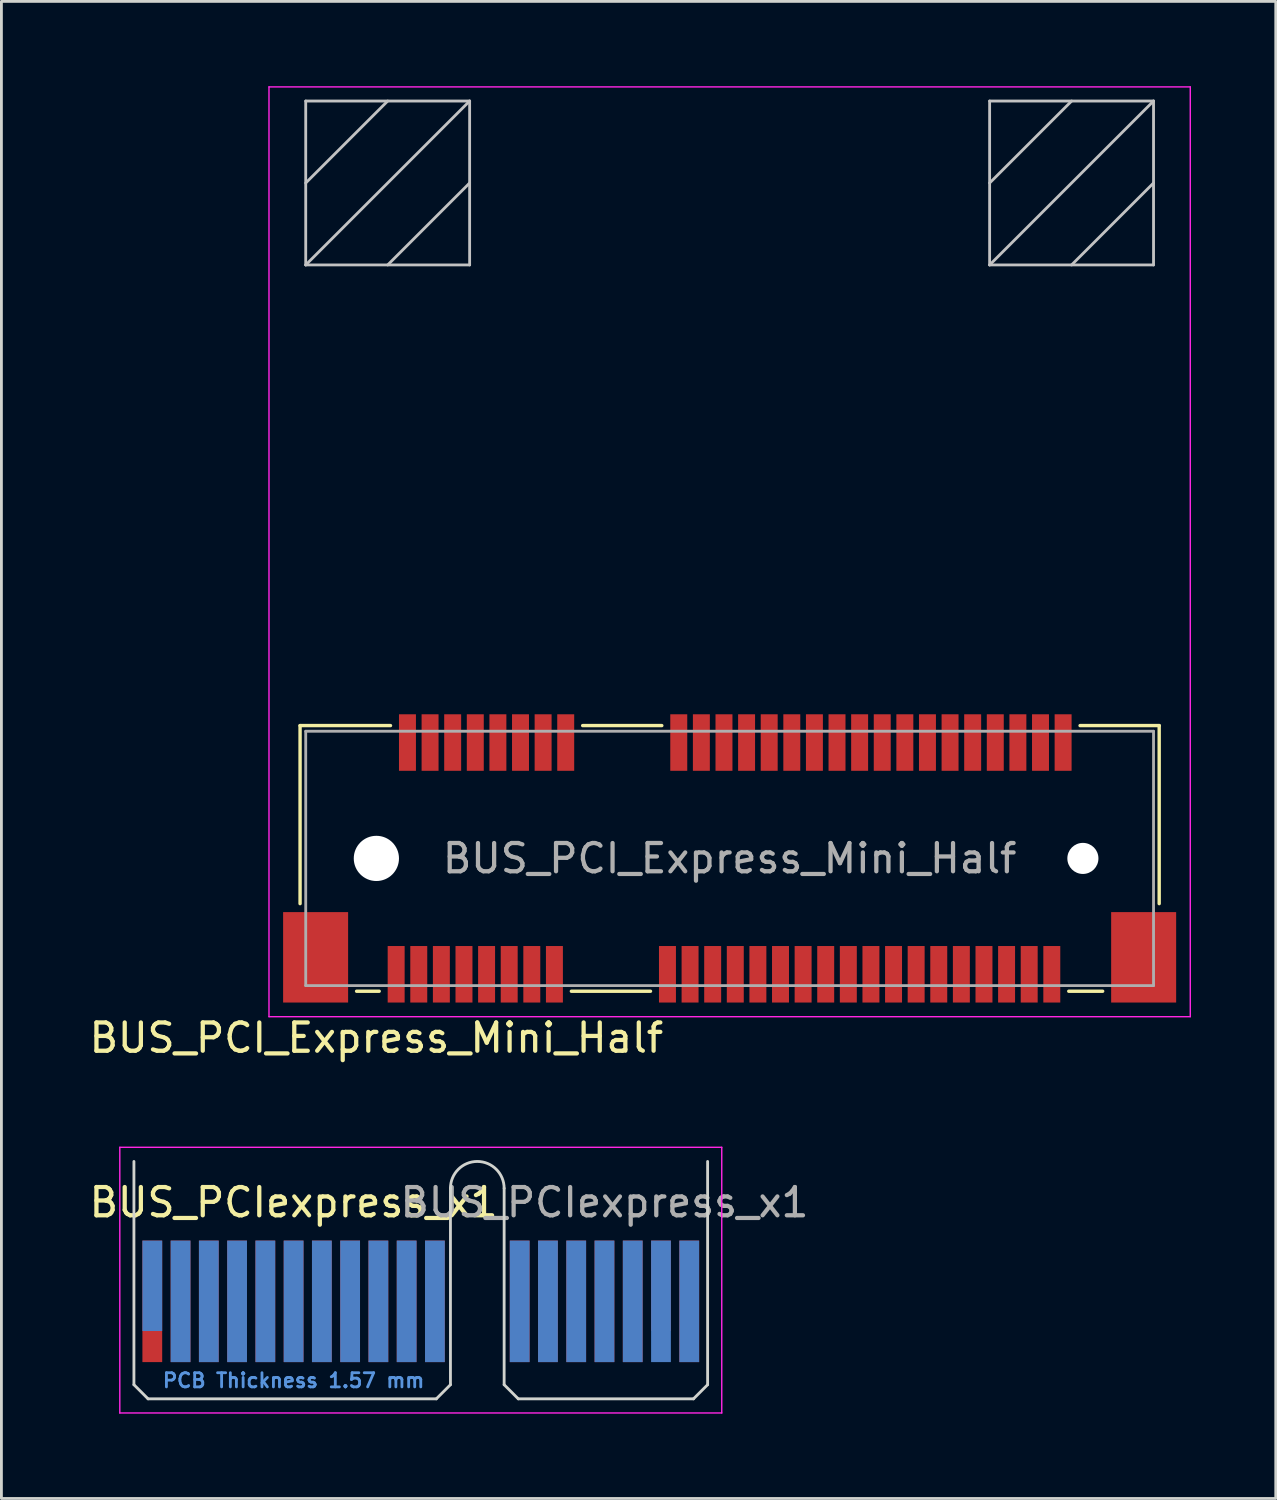
<source format=kicad_pcb>
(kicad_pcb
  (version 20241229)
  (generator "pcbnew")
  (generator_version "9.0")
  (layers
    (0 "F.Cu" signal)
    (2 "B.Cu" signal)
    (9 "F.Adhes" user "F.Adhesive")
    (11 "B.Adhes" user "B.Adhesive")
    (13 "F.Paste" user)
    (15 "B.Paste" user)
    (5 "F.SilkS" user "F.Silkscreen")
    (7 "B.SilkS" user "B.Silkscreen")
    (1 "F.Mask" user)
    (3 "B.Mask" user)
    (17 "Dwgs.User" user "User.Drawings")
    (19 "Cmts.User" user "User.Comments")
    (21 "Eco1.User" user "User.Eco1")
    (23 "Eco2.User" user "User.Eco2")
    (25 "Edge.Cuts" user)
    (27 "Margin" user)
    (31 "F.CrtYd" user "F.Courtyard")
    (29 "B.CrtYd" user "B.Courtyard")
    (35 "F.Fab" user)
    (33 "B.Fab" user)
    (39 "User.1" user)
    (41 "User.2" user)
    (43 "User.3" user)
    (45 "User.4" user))
  (footprint "BUS_PCI_Express_Mini_Half"
    (layer "F.Cu")
    (at 22.768 27.325)
    (property "Reference" "BUS_PCI_Express_Mini_Half" (at -12.5 6.35 180) (layer "F.SilkS") (effects (font (size 1 1) (thickness 0.15))))
    (attr smd)
    (fp_line (start -15.2 -4.7) (end -15.2 1.6) (stroke (width 0.12) (type solid)) (layer "F.SilkS"))
    (fp_line (start -13.2 4.7) (end -12.4 4.7) (stroke (width 0.12) (type solid)) (layer "F.SilkS"))
    (fp_line (start -12 -4.7) (end -15.2 -4.7) (stroke (width 0.12) (type solid)) (layer "F.SilkS"))
    (fp_line (start -5.6 4.7) (end -2.8 4.7) (stroke (width 0.12) (type solid)) (layer "F.SilkS"))
    (fp_line (start -2.4 -4.7) (end -5.2 -4.7) (stroke (width 0.12) (type solid)) (layer "F.SilkS"))
    (fp_line (start 12 4.7) (end 13.2 4.7) (stroke (width 0.12) (type solid)) (layer "F.SilkS"))
    (fp_line (start 15.2 -4.7) (end 12.4 -4.7) (stroke (width 0.12) (type solid)) (layer "F.SilkS"))
    (fp_line (start 15.2 1.6) (end 15.2 -4.7) (stroke (width 0.12) (type solid)) (layer "F.SilkS"))
    (fp_line (start -15 -26.8) (end -15 -21) (stroke (width 0.1) (type solid)) (layer "Dwgs.User"))
    (fp_line (start -15 -21) (end -9.2 -26.8) (stroke (width 0.1) (type solid)) (layer "Dwgs.User"))
    (fp_line (start -15 -21) (end -9.2 -21) (stroke (width 0.1) (type solid)) (layer "Dwgs.User"))
    (fp_line (start -12.1 -26.8) (end -15 -23.9) (stroke (width 0.1) (type solid)) (layer "Dwgs.User"))
    (fp_line (start -9.2 -26.8) (end -15 -26.8) (stroke (width 0.1) (type solid)) (layer "Dwgs.User"))
    (fp_line (start -9.2 -23.9) (end -12.1 -21) (stroke (width 0.1) (type solid)) (layer "Dwgs.User"))
    (fp_line (start -9.2 -21) (end -9.2 -26.8) (stroke (width 0.1) (type solid)) (layer "Dwgs.User"))
    (fp_line (start 9.2 -26.8) (end 15 -26.8) (stroke (width 0.1) (type solid)) (layer "Dwgs.User"))
    (fp_line (start 9.2 -21) (end 9.2 -26.8) (stroke (width 0.1) (type solid)) (layer "Dwgs.User"))
    (fp_line (start 12.1 -26.8) (end 9.2 -23.9) (stroke (width 0.1) (type solid)) (layer "Dwgs.User"))
    (fp_line (start 15 -26.8) (end 9.2 -21) (stroke (width 0.1) (type solid)) (layer "Dwgs.User"))
    (fp_line (start 15 -26.8) (end 15 -21) (stroke (width 0.1) (type solid)) (layer "Dwgs.User"))
    (fp_line (start 15 -23.9) (end 12.1 -21) (stroke (width 0.1) (type solid)) (layer "Dwgs.User"))
    (fp_line (start 15 -21) (end 9.2 -21) (stroke (width 0.1) (type solid)) (layer "Dwgs.User"))
    (fp_line (start -16.3 -27.3) (end 16.3 -27.3) (stroke (width 0.05) (type solid)) (layer "F.CrtYd"))
    (fp_line (start -16.3 5.6) (end -16.3 -27.3) (stroke (width 0.05) (type solid)) (layer "F.CrtYd"))
    (fp_line (start 16.3 -27.3) (end 16.3 5.6) (stroke (width 0.05) (type solid)) (layer "F.CrtYd"))
    (fp_line (start 16.3 5.6) (end -16.3 5.6) (stroke (width 0.05) (type solid)) (layer "F.CrtYd"))
    (fp_line (start -15 -4.5) (end -15 4.5) (stroke (width 0.1) (type solid)) (layer "F.Fab"))
    (fp_line (start -15 4.5) (end 15 4.5) (stroke (width 0.1) (type solid)) (layer "F.Fab"))
    (fp_line (start 15 -4.5) (end -15 -4.5) (stroke (width 0.1) (type solid)) (layer "F.Fab"))
    (fp_line (start 15 4.5) (end 15 -4.5) (stroke (width 0.1) (type solid)) (layer "F.Fab"))
    (fp_text user "${REFERENCE}" (at 0 0 0) (layer "F.Fab") (effects (font (size 1 1) (thickness 0.15))))
    (pad "" np_thru_hole circle (at -12.5 0) (size 1.6 1.6) (drill 1.6) (layers "*.Cu" "*.Mask"))
    (pad "" np_thru_hole circle (at 12.5 0) (size 1.1 1.1) (drill 1.1) (layers "*.Cu" "*.Mask"))
    (pad "1" smd rect (at -11.8 4.1) (size 0.6 2) (layers "F.Cu" "F.Mask" "F.Paste"))
    (pad "2" smd rect (at -11.4 -4.1) (size 0.6 2) (layers "F.Cu" "F.Mask" "F.Paste"))
    (pad "3" smd rect (at -11 4.1) (size 0.6 2) (layers "F.Cu" "F.Mask" "F.Paste"))
    (pad "4" smd rect (at -10.6 -4.1) (size 0.6 2) (layers "F.Cu" "F.Mask" "F.Paste"))
    (pad "5" smd rect (at -10.2 4.1) (size 0.6 2) (layers "F.Cu" "F.Mask" "F.Paste"))
    (pad "6" smd rect (at -9.8 -4.1) (size 0.6 2) (layers "F.Cu" "F.Mask" "F.Paste"))
    (pad "7" smd rect (at -9.4 4.1) (size 0.6 2) (layers "F.Cu" "F.Mask" "F.Paste"))
    (pad "8" smd rect (at -9 -4.1) (size 0.6 2) (layers "F.Cu" "F.Mask" "F.Paste"))
    (pad "9" smd rect (at -8.6 4.1) (size 0.6 2) (layers "F.Cu" "F.Mask" "F.Paste"))
    (pad "10" smd rect (at -8.2 -4.1) (size 0.6 2) (layers "F.Cu" "F.Mask" "F.Paste"))
    (pad "11" smd rect (at -7.8 4.1) (size 0.6 2) (layers "F.Cu" "F.Mask" "F.Paste"))
    (pad "12" smd rect (at -7.4 -4.1) (size 0.6 2) (layers "F.Cu" "F.Mask" "F.Paste"))
    (pad "13" smd rect (at -7 4.1) (size 0.6 2) (layers "F.Cu" "F.Mask" "F.Paste"))
    (pad "14" smd rect (at -6.6 -4.1) (size 0.6 2) (layers "F.Cu" "F.Mask" "F.Paste"))
    (pad "15" smd rect (at -6.2 4.1) (size 0.6 2) (layers "F.Cu" "F.Mask" "F.Paste"))
    (pad "16" smd rect (at -5.8 -4.1) (size 0.6 2) (layers "F.Cu" "F.Mask" "F.Paste"))
    (pad "17" smd rect (at -2.2 4.1) (size 0.6 2) (layers "F.Cu" "F.Mask" "F.Paste"))
    (pad "18" smd rect (at -1.8 -4.1) (size 0.6 2) (layers "F.Cu" "F.Mask" "F.Paste"))
    (pad "19" smd rect (at -1.4 4.1) (size 0.6 2) (layers "F.Cu" "F.Mask" "F.Paste"))
    (pad "20" smd rect (at -1 -4.1) (size 0.6 2) (layers "F.Cu" "F.Mask" "F.Paste"))
    (pad "21" smd rect (at -0.6 4.1) (size 0.6 2) (layers "F.Cu" "F.Mask" "F.Paste"))
    (pad "22" smd rect (at -0.2 -4.1) (size 0.6 2) (layers "F.Cu" "F.Mask" "F.Paste"))
    (pad "23" smd rect (at 0.2 4.1) (size 0.6 2) (layers "F.Cu" "F.Mask" "F.Paste"))
    (pad "24" smd rect (at 0.6 -4.1) (size 0.6 2) (layers "F.Cu" "F.Mask" "F.Paste"))
    (pad "25" smd rect (at 1 4.1) (size 0.6 2) (layers "F.Cu" "F.Mask" "F.Paste"))
    (pad "26" smd rect (at 1.4 -4.1) (size 0.6 2) (layers "F.Cu" "F.Mask" "F.Paste"))
    (pad "27" smd rect (at 1.8 4.1) (size 0.6 2) (layers "F.Cu" "F.Mask" "F.Paste"))
    (pad "28" smd rect (at 2.2 -4.1) (size 0.6 2) (layers "F.Cu" "F.Mask" "F.Paste"))
    (pad "29" smd rect (at 2.6 4.1) (size 0.6 2) (layers "F.Cu" "F.Mask" "F.Paste"))
    (pad "30" smd rect (at 3 -4.1) (size 0.6 2) (layers "F.Cu" "F.Mask" "F.Paste"))
    (pad "31" smd rect (at 3.4 4.1) (size 0.6 2) (layers "F.Cu" "F.Mask" "F.Paste"))
    (pad "32" smd rect (at 3.8 -4.1) (size 0.6 2) (layers "F.Cu" "F.Mask" "F.Paste"))
    (pad "33" smd rect (at 4.2 4.1) (size 0.6 2) (layers "F.Cu" "F.Mask" "F.Paste"))
    (pad "34" smd rect (at 4.6 -4.1) (size 0.6 2) (layers "F.Cu" "F.Mask" "F.Paste"))
    (pad "35" smd rect (at 5 4.1) (size 0.6 2) (layers "F.Cu" "F.Mask" "F.Paste"))
    (pad "36" smd rect (at 5.4 -4.1) (size 0.6 2) (layers "F.Cu" "F.Mask" "F.Paste"))
    (pad "37" smd rect (at 5.8 4.1) (size 0.6 2) (layers "F.Cu" "F.Mask" "F.Paste"))
    (pad "38" smd rect (at 6.2 -4.1) (size 0.6 2) (layers "F.Cu" "F.Mask" "F.Paste"))
    (pad "39" smd rect (at 6.6 4.1) (size 0.6 2) (layers "F.Cu" "F.Mask" "F.Paste"))
    (pad "40" smd rect (at 7 -4.1) (size 0.6 2) (layers "F.Cu" "F.Mask" "F.Paste"))
    (pad "41" smd rect (at 7.4 4.1) (size 0.6 2) (layers "F.Cu" "F.Mask" "F.Paste"))
    (pad "42" smd rect (at 7.8 -4.1) (size 0.6 2) (layers "F.Cu" "F.Mask" "F.Paste"))
    (pad "43" smd rect (at 8.2 4.1) (size 0.6 2) (layers "F.Cu" "F.Mask" "F.Paste"))
    (pad "44" smd rect (at 8.6 -4.1) (size 0.6 2) (layers "F.Cu" "F.Mask" "F.Paste"))
    (pad "45" smd rect (at 9 4.1) (size 0.6 2) (layers "F.Cu" "F.Mask" "F.Paste"))
    (pad "46" smd rect (at 9.4 -4.1) (size 0.6 2) (layers "F.Cu" "F.Mask" "F.Paste"))
    (pad "47" smd rect (at 9.8 4.1) (size 0.6 2) (layers "F.Cu" "F.Mask" "F.Paste"))
    (pad "48" smd rect (at 10.2 -4.1) (size 0.6 2) (layers "F.Cu" "F.Mask" "F.Paste"))
    (pad "49" smd rect (at 10.6 4.1) (size 0.6 2) (layers "F.Cu" "F.Mask" "F.Paste"))
    (pad "50" smd rect (at 11 -4.1) (size 0.6 2) (layers "F.Cu" "F.Mask" "F.Paste"))
    (pad "51" smd rect (at 11.4 4.1) (size 0.6 2) (layers "F.Cu" "F.Mask" "F.Paste"))
    (pad "52" smd rect (at 11.8 -4.1) (size 0.6 2) (layers "F.Cu" "F.Mask" "F.Paste"))
    (pad "MP" smd rect (at -14.65 3.5) (size 2.3 3.2) (layers "F.Cu" "F.Mask" "F.Paste"))
    (pad "MP" smd rect (at 14.65 3.5) (size 2.3 3.2) (layers "F.Cu" "F.Mask" "F.Paste")))
  (footprint "BUS_PCIexpress_x1"
    (layer "F.Cu")
    (at 2.339 42.998)
    (property "Reference" "BUS_PCIexpress_x1" (at 5 -3.5 0) (layer "F.SilkS") (effects (font (size 1 1) (thickness 0.15))))
    (attr exclude_from_pos_files exclude_from_bom)
    (fp_line (start -0.65 -4.95) (end -0.65 2.95) (stroke (width 0.1) (type solid)) (layer "Edge.Cuts"))
    (fp_line (start -0.65 2.95) (end -0.15 3.45) (stroke (width 0.1) (type solid)) (layer "Edge.Cuts"))
    (fp_line (start -0.15 3.45) (end 10.05 3.45) (stroke (width 0.1) (type solid)) (layer "Edge.Cuts"))
    (fp_line (start 10.55 -4) (end 10.55 2.95) (stroke (width 0.1) (type solid)) (layer "Edge.Cuts"))
    (fp_line (start 10.55 2.95) (end 10.05 3.45) (stroke (width 0.1) (type solid)) (layer "Edge.Cuts"))
    (fp_line (start 12.45 -4) (end 12.45 2.95) (stroke (width 0.1) (type solid)) (layer "Edge.Cuts"))
    (fp_line (start 12.45 2.95) (end 12.95 3.45) (stroke (width 0.1) (type solid)) (layer "Edge.Cuts"))
    (fp_line (start 12.95 3.45) (end 19.15 3.45) (stroke (width 0.1) (type solid)) (layer "Edge.Cuts"))
    (fp_line (start 19.65 -4.95) (end 19.65 2.95) (stroke (width 0.1) (type solid)) (layer "Edge.Cuts"))
    (fp_line (start 19.65 2.95) (end 19.15 3.45) (stroke (width 0.1) (type solid)) (layer "Edge.Cuts"))
    (fp_arc (start 10.55 -4) (mid 11.5 -4.95) (end 12.45 -4) (stroke (width 0.1) (type solid)) (layer "Edge.Cuts"))
    (fp_line (start -1.15 -5.45) (end -1.15 3.95) (stroke (width 0.05) (type solid)) (layer "F.CrtYd"))
    (fp_line (start -1.15 -5.45) (end 20.15 -5.45) (stroke (width 0.05) (type solid)) (layer "F.CrtYd"))
    (fp_line (start 20.15 3.95) (end -1.15 3.95) (stroke (width 0.05) (type solid)) (layer "F.CrtYd"))
    (fp_line (start 20.15 3.95) (end 20.15 -5.45) (stroke (width 0.05) (type solid)) (layer "F.CrtYd"))
    (fp_text user "PCB Thickness 1.57 mm" (at 5 2.8 180) (layer "Cmts.User") (effects (font (size 0.5 0.5) (thickness 0.1))))
    (fp_text user "${REFERENCE}" (at 16 -3.5 0) (layer "F.Fab") (effects (font (size 1 1) (thickness 0.15))))
    (pad "A1" connect rect (at 0 -0.55) (size 0.7 3.2) (layers "B.Cu" "B.Mask"))
    (pad "A2" connect rect (at 1 0) (size 0.7 4.3) (layers "B.Cu" "B.Mask"))
    (pad "A3" connect rect (at 2 0) (size 0.7 4.3) (layers "B.Cu" "B.Mask"))
    (pad "A4" connect rect (at 3 0) (size 0.7 4.3) (layers "B.Cu" "B.Mask"))
    (pad "A5" connect rect (at 4 0) (size 0.7 4.3) (layers "B.Cu" "B.Mask"))
    (pad "A6" connect rect (at 5 0) (size 0.7 4.3) (layers "B.Cu" "B.Mask"))
    (pad "A7" connect rect (at 6 0) (size 0.7 4.3) (layers "B.Cu" "B.Mask"))
    (pad "A8" connect rect (at 7 0) (size 0.7 4.3) (layers "B.Cu" "B.Mask"))
    (pad "A9" connect rect (at 8 0) (size 0.7 4.3) (layers "B.Cu" "B.Mask"))
    (pad "A10" connect rect (at 9 0) (size 0.7 4.3) (layers "B.Cu" "B.Mask"))
    (pad "A11" connect rect (at 10 0) (size 0.7 4.3) (layers "B.Cu" "B.Mask"))
    (pad "A12" connect rect (at 13 0) (size 0.7 4.3) (layers "B.Cu" "B.Mask"))
    (pad "A13" connect rect (at 14 0) (size 0.7 4.3) (layers "B.Cu" "B.Mask"))
    (pad "A14" connect rect (at 15 0) (size 0.7 4.3) (layers "B.Cu" "B.Mask"))
    (pad "A15" connect rect (at 16 0) (size 0.7 4.3) (layers "B.Cu" "B.Mask"))
    (pad "A16" connect rect (at 17 0) (size 0.7 4.3) (layers "B.Cu" "B.Mask"))
    (pad "A17" connect rect (at 18 0) (size 0.7 4.3) (layers "B.Cu" "B.Mask"))
    (pad "A18" connect rect (at 19 0) (size 0.7 4.3) (layers "B.Cu" "B.Mask"))
    (pad "B1" connect rect (at 0 0) (size 0.7 4.3) (layers "F.Cu" "F.Mask"))
    (pad "B2" connect rect (at 1 0) (size 0.7 4.3) (layers "F.Cu" "F.Mask"))
    (pad "B3" connect rect (at 2 0) (size 0.7 4.3) (layers "F.Cu" "F.Mask"))
    (pad "B4" connect rect (at 3 0) (size 0.7 4.3) (layers "F.Cu" "F.Mask"))
    (pad "B5" connect rect (at 4 0) (size 0.7 4.3) (layers "F.Cu" "F.Mask"))
    (pad "B6" connect rect (at 5 0) (size 0.7 4.3) (layers "F.Cu" "F.Mask"))
    (pad "B7" connect rect (at 6 0) (size 0.7 4.3) (layers "F.Cu" "F.Mask"))
    (pad "B8" connect rect (at 7 0) (size 0.7 4.3) (layers "F.Cu" "F.Mask"))
    (pad "B9" connect rect (at 8 0) (size 0.7 4.3) (layers "F.Cu" "F.Mask"))
    (pad "B10" connect rect (at 9 0) (size 0.7 4.3) (layers "F.Cu" "F.Mask"))
    (pad "B11" connect rect (at 10 0) (size 0.7 4.3) (layers "F.Cu" "F.Mask"))
    (pad "B12" connect rect (at 13 0) (size 0.7 4.3) (layers "F.Cu" "F.Mask"))
    (pad "B13" connect rect (at 14 0) (size 0.7 4.3) (layers "F.Cu" "F.Mask"))
    (pad "B14" connect rect (at 15 0) (size 0.7 4.3) (layers "F.Cu" "F.Mask"))
    (pad "B15" connect rect (at 16 0) (size 0.7 4.3) (layers "F.Cu" "F.Mask"))
    (pad "B16" connect rect (at 17 0) (size 0.7 4.3) (layers "F.Cu" "F.Mask"))
    (pad "B17" connect rect (at 18 -0.55) (size 0.7 3.2) (layers "F.Cu" "F.Mask"))
    (pad "B18" connect rect (at 19 0) (size 0.7 4.3) (layers "F.Cu" "F.Mask")))
  (gr_rect
    (start -3 -3)
    (end 42.093 49.973)
    (stroke (width 0.1) (type default))
    (fill no)
    (layer "Edge.Cuts")))
</source>
